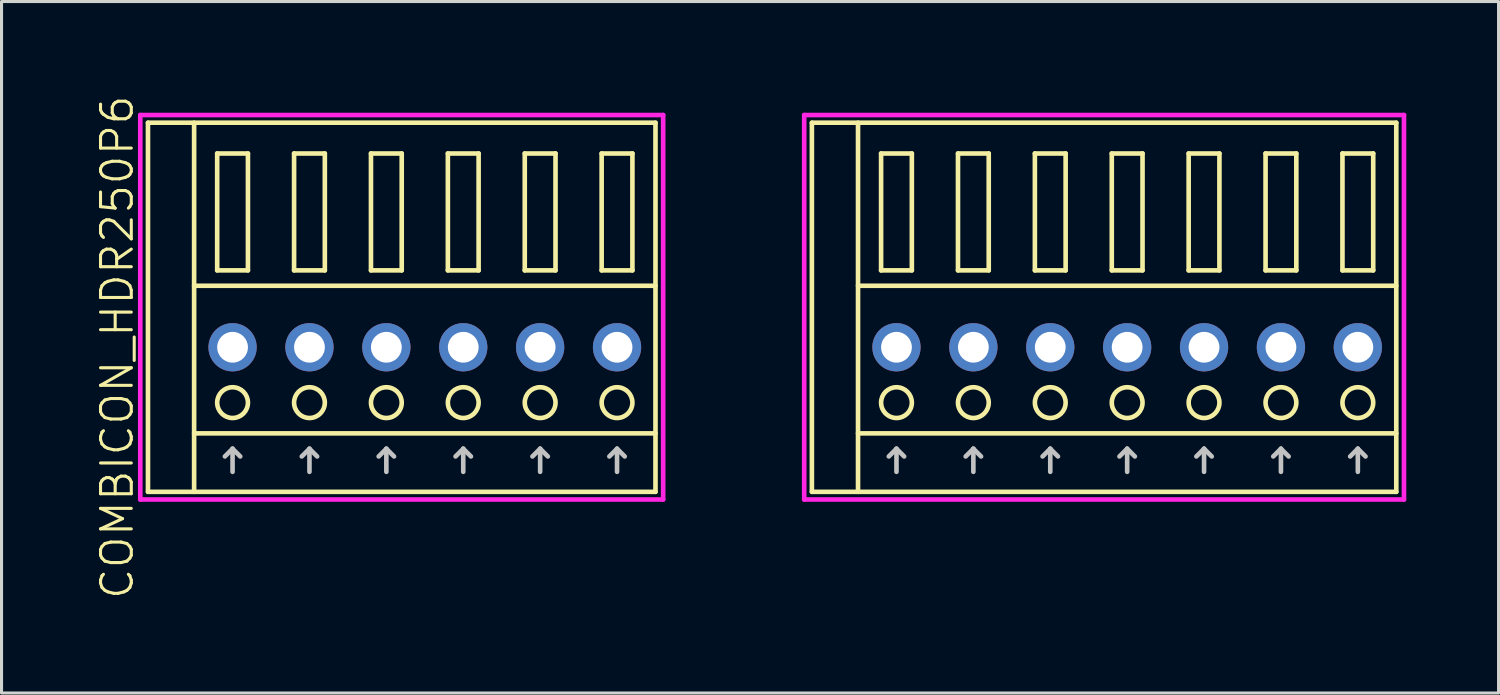
<source format=kicad_pcb>
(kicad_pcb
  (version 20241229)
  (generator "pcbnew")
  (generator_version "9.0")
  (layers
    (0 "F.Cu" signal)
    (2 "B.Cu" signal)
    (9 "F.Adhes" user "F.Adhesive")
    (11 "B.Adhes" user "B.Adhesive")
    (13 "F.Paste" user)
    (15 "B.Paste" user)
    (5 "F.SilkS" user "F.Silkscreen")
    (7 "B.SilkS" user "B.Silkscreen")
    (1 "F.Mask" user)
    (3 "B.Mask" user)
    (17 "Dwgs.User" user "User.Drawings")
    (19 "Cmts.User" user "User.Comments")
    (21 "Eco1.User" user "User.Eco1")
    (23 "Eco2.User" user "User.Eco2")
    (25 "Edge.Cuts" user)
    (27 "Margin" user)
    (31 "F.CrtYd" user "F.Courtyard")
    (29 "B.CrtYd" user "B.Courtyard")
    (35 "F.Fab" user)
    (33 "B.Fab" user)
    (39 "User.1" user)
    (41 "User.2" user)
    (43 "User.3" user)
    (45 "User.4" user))
  (footprint "COMBICON_HDR250P7"
    (layer "F.Cu")
    (at 33.596 8.24)
    (property "Reference" "COMBICON_HDR250P7" (at -11.25 0 90) (layer "User.1") (effects (font (size 1 1) (thickness 0.1))))
    (attr through_hole)
    (fp_line (start -10.25 -7.3) (end -10.25 4.7) (stroke (width 0.15) (type solid)) (layer "F.SilkS"))
    (fp_line (start -10.25 4.7) (end 8.75 4.7) (stroke (width 0.15) (type solid)) (layer "F.SilkS"))
    (fp_line (start -8.75 -2) (end 8.75 -2) (stroke (width 0.15) (type solid)) (layer "F.SilkS"))
    (fp_line (start -8.75 2.8) (end 8.75 2.8) (stroke (width 0.15) (type solid)) (layer "F.SilkS"))
    (fp_line (start -8.75 4.7) (end -8.75 -7.3) (stroke (width 0.15) (type solid)) (layer "F.SilkS"))
    (fp_line (start -8 -6.3) (end -8 -2.5) (stroke (width 0.15) (type solid)) (layer "F.SilkS"))
    (fp_line (start -8 -2.5) (end -7 -2.5) (stroke (width 0.15) (type solid)) (layer "F.SilkS"))
    (fp_line (start -7 -6.3) (end -8 -6.3) (stroke (width 0.15) (type solid)) (layer "F.SilkS"))
    (fp_line (start -7 -2.5) (end -7 -6.3) (stroke (width 0.15) (type solid)) (layer "F.SilkS"))
    (fp_line (start -5.5 -6.3) (end -5.5 -2.5) (stroke (width 0.15) (type solid)) (layer "F.SilkS"))
    (fp_line (start -5.5 -2.5) (end -4.5 -2.5) (stroke (width 0.15) (type solid)) (layer "F.SilkS"))
    (fp_line (start -4.5 -6.3) (end -5.5 -6.3) (stroke (width 0.15) (type solid)) (layer "F.SilkS"))
    (fp_line (start -4.5 -2.5) (end -4.5 -6.3) (stroke (width 0.15) (type solid)) (layer "F.SilkS"))
    (fp_line (start -3 -6.3) (end -3 -2.5) (stroke (width 0.15) (type solid)) (layer "F.SilkS"))
    (fp_line (start -3 -2.5) (end -2 -2.5) (stroke (width 0.15) (type solid)) (layer "F.SilkS"))
    (fp_line (start -2 -6.3) (end -3 -6.3) (stroke (width 0.15) (type solid)) (layer "F.SilkS"))
    (fp_line (start -2 -2.5) (end -2 -6.3) (stroke (width 0.15) (type solid)) (layer "F.SilkS"))
    (fp_line (start -0.5 -6.3) (end -0.5 -2.5) (stroke (width 0.15) (type solid)) (layer "F.SilkS"))
    (fp_line (start -0.5 -2.5) (end 0.5 -2.5) (stroke (width 0.15) (type solid)) (layer "F.SilkS"))
    (fp_line (start 0.5 -6.3) (end -0.5 -6.3) (stroke (width 0.15) (type solid)) (layer "F.SilkS"))
    (fp_line (start 0.5 -2.5) (end 0.5 -6.3) (stroke (width 0.15) (type solid)) (layer "F.SilkS"))
    (fp_line (start 2 -6.3) (end 2 -2.5) (stroke (width 0.15) (type solid)) (layer "F.SilkS"))
    (fp_line (start 2 -2.5) (end 3 -2.5) (stroke (width 0.15) (type solid)) (layer "F.SilkS"))
    (fp_line (start 3 -6.3) (end 2 -6.3) (stroke (width 0.15) (type solid)) (layer "F.SilkS"))
    (fp_line (start 3 -2.5) (end 3 -6.3) (stroke (width 0.15) (type solid)) (layer "F.SilkS"))
    (fp_line (start 4.5 -6.3) (end 4.5 -2.5) (stroke (width 0.15) (type solid)) (layer "F.SilkS"))
    (fp_line (start 4.5 -2.5) (end 5.5 -2.5) (stroke (width 0.15) (type solid)) (layer "F.SilkS"))
    (fp_line (start 5.5 -6.3) (end 4.5 -6.3) (stroke (width 0.15) (type solid)) (layer "F.SilkS"))
    (fp_line (start 5.5 -2.5) (end 5.5 -6.3) (stroke (width 0.15) (type solid)) (layer "F.SilkS"))
    (fp_line (start 7 -6.3) (end 7 -2.5) (stroke (width 0.15) (type solid)) (layer "F.SilkS"))
    (fp_line (start 7 -2.5) (end 8 -2.5) (stroke (width 0.15) (type solid)) (layer "F.SilkS"))
    (fp_line (start 8 -6.3) (end 7 -6.3) (stroke (width 0.15) (type solid)) (layer "F.SilkS"))
    (fp_line (start 8 -2.5) (end 8 -6.3) (stroke (width 0.15) (type solid)) (layer "F.SilkS"))
    (fp_line (start 8.75 -7.3) (end -10.25 -7.3) (stroke (width 0.15) (type solid)) (layer "F.SilkS"))
    (fp_line (start 8.75 4.7) (end 8.75 -7.3) (stroke (width 0.15) (type solid)) (layer "F.SilkS"))
    (fp_circle (center -7.5 1.8) (end -7 1.8) (stroke (width 0.15) (type solid)) (fill no) (layer "F.SilkS"))
    (fp_circle (center -5 1.8) (end -4.5 1.8) (stroke (width 0.15) (type solid)) (fill no) (layer "F.SilkS"))
    (fp_circle (center -2.5 1.8) (end -2 1.8) (stroke (width 0.15) (type solid)) (fill no) (layer "F.SilkS"))
    (fp_circle (center 0 1.8) (end 0.5 1.8) (stroke (width 0.15) (type solid)) (fill no) (layer "F.SilkS"))
    (fp_circle (center 2.5 1.8) (end 3 1.8) (stroke (width 0.15) (type solid)) (fill no) (layer "F.SilkS"))
    (fp_circle (center 5 1.8) (end 5.5 1.8) (stroke (width 0.15) (type solid)) (fill no) (layer "F.SilkS"))
    (fp_circle (center 7.5 1.8) (end 8 1.8) (stroke (width 0.15) (type solid)) (fill no) (layer "F.SilkS"))
    (fp_line (start -7.75 3.55) (end -7.5 3.3) (stroke (width 0.15) (type solid)) (layer "Dwgs.User"))
    (fp_line (start -7.5 4.05) (end -7.5 3.3) (stroke (width 0.15) (type solid)) (layer "Dwgs.User"))
    (fp_line (start -7.25 3.55) (end -7.5 3.3) (stroke (width 0.15) (type solid)) (layer "Dwgs.User"))
    (fp_line (start -5.25 3.55) (end -5 3.3) (stroke (width 0.15) (type solid)) (layer "Dwgs.User"))
    (fp_line (start -5 4.05) (end -5 3.3) (stroke (width 0.15) (type solid)) (layer "Dwgs.User"))
    (fp_line (start -4.75 3.55) (end -5 3.3) (stroke (width 0.15) (type solid)) (layer "Dwgs.User"))
    (fp_line (start -2.75 3.55) (end -2.5 3.3) (stroke (width 0.15) (type solid)) (layer "Dwgs.User"))
    (fp_line (start -2.5 4.05) (end -2.5 3.3) (stroke (width 0.15) (type solid)) (layer "Dwgs.User"))
    (fp_line (start -2.25 3.55) (end -2.5 3.3) (stroke (width 0.15) (type solid)) (layer "Dwgs.User"))
    (fp_line (start -0.25 3.55) (end 0 3.3) (stroke (width 0.15) (type solid)) (layer "Dwgs.User"))
    (fp_line (start 0 4.05) (end 0 3.3) (stroke (width 0.15) (type solid)) (layer "Dwgs.User"))
    (fp_line (start 0.25 3.55) (end 0 3.3) (stroke (width 0.15) (type solid)) (layer "Dwgs.User"))
    (fp_line (start 2.25 3.55) (end 2.5 3.3) (stroke (width 0.15) (type solid)) (layer "Dwgs.User"))
    (fp_line (start 2.5 4.05) (end 2.5 3.3) (stroke (width 0.15) (type solid)) (layer "Dwgs.User"))
    (fp_line (start 2.75 3.55) (end 2.5 3.3) (stroke (width 0.15) (type solid)) (layer "Dwgs.User"))
    (fp_line (start 4.75 3.55) (end 5 3.3) (stroke (width 0.15) (type solid)) (layer "Dwgs.User"))
    (fp_line (start 5 4.05) (end 5 3.3) (stroke (width 0.15) (type solid)) (layer "Dwgs.User"))
    (fp_line (start 5.25 3.55) (end 5 3.3) (stroke (width 0.15) (type solid)) (layer "Dwgs.User"))
    (fp_line (start 7.25 3.55) (end 7.5 3.3) (stroke (width 0.15) (type solid)) (layer "Dwgs.User"))
    (fp_line (start 7.5 4.05) (end 7.5 3.3) (stroke (width 0.15) (type solid)) (layer "Dwgs.User"))
    (fp_line (start 7.75 3.55) (end 7.5 3.3) (stroke (width 0.15) (type solid)) (layer "Dwgs.User"))
    (fp_line (start -10.5 -7.55) (end -10.5 4.95) (stroke (width 0.15) (type solid)) (layer "F.CrtYd"))
    (fp_line (start -10.5 4.95) (end 9 4.95) (stroke (width 0.15) (type solid)) (layer "F.CrtYd"))
    (fp_line (start 9 -7.55) (end -10.5 -7.55) (stroke (width 0.15) (type solid)) (layer "F.CrtYd"))
    (fp_line (start 9 4.95) (end 9 -7.55) (stroke (width 0.15) (type solid)) (layer "F.CrtYd"))
    (pad "1" thru_hole oval (at -7.5 0) (size 1.57 1.57) (drill 1) (layers "*.Cu" "*.Mask"))
    (pad "2" thru_hole oval (at -5 0) (size 1.57 1.57) (drill 1) (layers "*.Cu" "*.Mask"))
    (pad "3" thru_hole oval (at -2.5 0) (size 1.57 1.57) (drill 1) (layers "*.Cu" "*.Mask"))
    (pad "4" thru_hole oval (at 0 0) (size 1.57 1.57) (drill 1) (layers "*.Cu" "*.Mask"))
    (pad "5" thru_hole oval (at 2.5 0) (size 1.57 1.57) (drill 1) (layers "*.Cu" "*.Mask"))
    (pad "6" thru_hole oval (at 5 0) (size 1.57 1.57) (drill 1) (layers "*.Cu" "*.Mask"))
    (pad "7" thru_hole oval (at 7.5 0) (size 1.57 1.57) (drill 1) (layers "*.Cu" "*.Mask")))
  (footprint "COMBICON_HDR250P6"
    (layer "F.Cu")
    (at 10.761 8.24)
    (property "Reference" "COMBICON_HDR250P6" (at -10 0 90) (layer "F.SilkS") (effects (font (size 1 1) (thickness 0.1))))
    (attr through_hole)
    (fp_line (start -9 -7.3) (end -9 4.7) (stroke (width 0.15) (type solid)) (layer "F.SilkS"))
    (fp_line (start -9 4.7) (end 7.5 4.7) (stroke (width 0.15) (type solid)) (layer "F.SilkS"))
    (fp_line (start -7.5 -2) (end 7.5 -2) (stroke (width 0.15) (type solid)) (layer "F.SilkS"))
    (fp_line (start -7.5 2.8) (end 7.5 2.8) (stroke (width 0.15) (type solid)) (layer "F.SilkS"))
    (fp_line (start -7.5 4.7) (end -7.5 -7.3) (stroke (width 0.15) (type solid)) (layer "F.SilkS"))
    (fp_line (start -6.75 -6.3) (end -6.75 -2.5) (stroke (width 0.15) (type solid)) (layer "F.SilkS"))
    (fp_line (start -6.75 -2.5) (end -5.75 -2.5) (stroke (width 0.15) (type solid)) (layer "F.SilkS"))
    (fp_line (start -5.75 -6.3) (end -6.75 -6.3) (stroke (width 0.15) (type solid)) (layer "F.SilkS"))
    (fp_line (start -5.75 -2.5) (end -5.75 -6.3) (stroke (width 0.15) (type solid)) (layer "F.SilkS"))
    (fp_line (start -4.25 -6.3) (end -4.25 -2.5) (stroke (width 0.15) (type solid)) (layer "F.SilkS"))
    (fp_line (start -4.25 -2.5) (end -3.25 -2.5) (stroke (width 0.15) (type solid)) (layer "F.SilkS"))
    (fp_line (start -3.25 -6.3) (end -4.25 -6.3) (stroke (width 0.15) (type solid)) (layer "F.SilkS"))
    (fp_line (start -3.25 -2.5) (end -3.25 -6.3) (stroke (width 0.15) (type solid)) (layer "F.SilkS"))
    (fp_line (start -1.75 -6.3) (end -1.75 -2.5) (stroke (width 0.15) (type solid)) (layer "F.SilkS"))
    (fp_line (start -1.75 -2.5) (end -0.75 -2.5) (stroke (width 0.15) (type solid)) (layer "F.SilkS"))
    (fp_line (start -0.75 -6.3) (end -1.75 -6.3) (stroke (width 0.15) (type solid)) (layer "F.SilkS"))
    (fp_line (start -0.75 -2.5) (end -0.75 -6.3) (stroke (width 0.15) (type solid)) (layer "F.SilkS"))
    (fp_line (start 0.75 -6.3) (end 0.75 -2.5) (stroke (width 0.15) (type solid)) (layer "F.SilkS"))
    (fp_line (start 0.75 -2.5) (end 1.75 -2.5) (stroke (width 0.15) (type solid)) (layer "F.SilkS"))
    (fp_line (start 1.75 -6.3) (end 0.75 -6.3) (stroke (width 0.15) (type solid)) (layer "F.SilkS"))
    (fp_line (start 1.75 -2.5) (end 1.75 -6.3) (stroke (width 0.15) (type solid)) (layer "F.SilkS"))
    (fp_line (start 3.25 -6.3) (end 3.25 -2.5) (stroke (width 0.15) (type solid)) (layer "F.SilkS"))
    (fp_line (start 3.25 -2.5) (end 4.25 -2.5) (stroke (width 0.15) (type solid)) (layer "F.SilkS"))
    (fp_line (start 4.25 -6.3) (end 3.25 -6.3) (stroke (width 0.15) (type solid)) (layer "F.SilkS"))
    (fp_line (start 4.25 -2.5) (end 4.25 -6.3) (stroke (width 0.15) (type solid)) (layer "F.SilkS"))
    (fp_line (start 5.75 -6.3) (end 5.75 -2.5) (stroke (width 0.15) (type solid)) (layer "F.SilkS"))
    (fp_line (start 5.75 -2.5) (end 6.75 -2.5) (stroke (width 0.15) (type solid)) (layer "F.SilkS"))
    (fp_line (start 6.75 -6.3) (end 5.75 -6.3) (stroke (width 0.15) (type solid)) (layer "F.SilkS"))
    (fp_line (start 6.75 -2.5) (end 6.75 -6.3) (stroke (width 0.15) (type solid)) (layer "F.SilkS"))
    (fp_line (start 7.5 -7.3) (end -9 -7.3) (stroke (width 0.15) (type solid)) (layer "F.SilkS"))
    (fp_line (start 7.5 4.7) (end 7.5 -7.3) (stroke (width 0.15) (type solid)) (layer "F.SilkS"))
    (fp_circle (center -6.25 1.8) (end -5.75 1.8) (stroke (width 0.15) (type solid)) (fill no) (layer "F.SilkS"))
    (fp_circle (center -3.75 1.8) (end -3.25 1.8) (stroke (width 0.15) (type solid)) (fill no) (layer "F.SilkS"))
    (fp_circle (center -1.25 1.8) (end -0.75 1.8) (stroke (width 0.15) (type solid)) (fill no) (layer "F.SilkS"))
    (fp_circle (center 1.25 1.8) (end 1.75 1.8) (stroke (width 0.15) (type solid)) (fill no) (layer "F.SilkS"))
    (fp_circle (center 3.75 1.8) (end 4.25 1.8) (stroke (width 0.15) (type solid)) (fill no) (layer "F.SilkS"))
    (fp_circle (center 6.25 1.8) (end 6.75 1.8) (stroke (width 0.15) (type solid)) (fill no) (layer "F.SilkS"))
    (fp_line (start -6.5 3.55) (end -6.25 3.3) (stroke (width 0.15) (type solid)) (layer "Dwgs.User"))
    (fp_line (start -6.25 4.05) (end -6.25 3.3) (stroke (width 0.15) (type solid)) (layer "Dwgs.User"))
    (fp_line (start -6 3.55) (end -6.25 3.3) (stroke (width 0.15) (type solid)) (layer "Dwgs.User"))
    (fp_line (start -4 3.55) (end -3.75 3.3) (stroke (width 0.15) (type solid)) (layer "Dwgs.User"))
    (fp_line (start -3.75 4.05) (end -3.75 3.3) (stroke (width 0.15) (type solid)) (layer "Dwgs.User"))
    (fp_line (start -3.5 3.55) (end -3.75 3.3) (stroke (width 0.15) (type solid)) (layer "Dwgs.User"))
    (fp_line (start -1.5 3.55) (end -1.25 3.3) (stroke (width 0.15) (type solid)) (layer "Dwgs.User"))
    (fp_line (start -1.25 4.05) (end -1.25 3.3) (stroke (width 0.15) (type solid)) (layer "Dwgs.User"))
    (fp_line (start -1 3.55) (end -1.25 3.3) (stroke (width 0.15) (type solid)) (layer "Dwgs.User"))
    (fp_line (start 1 3.55) (end 1.25 3.3) (stroke (width 0.15) (type solid)) (layer "Dwgs.User"))
    (fp_line (start 1.25 4.05) (end 1.25 3.3) (stroke (width 0.15) (type solid)) (layer "Dwgs.User"))
    (fp_line (start 1.5 3.55) (end 1.25 3.3) (stroke (width 0.15) (type solid)) (layer "Dwgs.User"))
    (fp_line (start 3.5 3.55) (end 3.75 3.3) (stroke (width 0.15) (type solid)) (layer "Dwgs.User"))
    (fp_line (start 3.75 4.05) (end 3.75 3.3) (stroke (width 0.15) (type solid)) (layer "Dwgs.User"))
    (fp_line (start 4 3.55) (end 3.75 3.3) (stroke (width 0.15) (type solid)) (layer "Dwgs.User"))
    (fp_line (start 6 3.55) (end 6.25 3.3) (stroke (width 0.15) (type solid)) (layer "Dwgs.User"))
    (fp_line (start 6.25 4.05) (end 6.25 3.3) (stroke (width 0.15) (type solid)) (layer "Dwgs.User"))
    (fp_line (start 6.5 3.55) (end 6.25 3.3) (stroke (width 0.15) (type solid)) (layer "Dwgs.User"))
    (fp_line (start -9.25 -7.55) (end -9.25 4.95) (stroke (width 0.15) (type solid)) (layer "F.CrtYd"))
    (fp_line (start -9.25 4.95) (end 7.75 4.95) (stroke (width 0.15) (type solid)) (layer "F.CrtYd"))
    (fp_line (start 7.75 -7.55) (end -9.25 -7.55) (stroke (width 0.15) (type solid)) (layer "F.CrtYd"))
    (fp_line (start 7.75 4.95) (end 7.75 -7.55) (stroke (width 0.15) (type solid)) (layer "F.CrtYd"))
    (pad "1" thru_hole oval (at -6.25 0) (size 1.57 1.57) (drill 1) (layers "*.Cu" "*.Mask"))
    (pad "2" thru_hole oval (at -3.75 0) (size 1.57 1.57) (drill 1) (layers "*.Cu" "*.Mask"))
    (pad "3" thru_hole oval (at -1.25 0) (size 1.57 1.57) (drill 1) (layers "*.Cu" "*.Mask"))
    (pad "4" thru_hole oval (at 1.25 0) (size 1.57 1.57) (drill 1) (layers "*.Cu" "*.Mask"))
    (pad "5" thru_hole oval (at 3.75 0) (size 1.57 1.57) (drill 1) (layers "*.Cu" "*.Mask"))
    (pad "6" thru_hole oval (at 6.25 0) (size 1.57 1.57) (drill 1) (layers "*.Cu" "*.Mask")))
  (gr_rect
    (start -3 -3)
    (end 45.671 19.481)
    (stroke (width 0.1) (type default))
    (fill no)
    (layer "Edge.Cuts")))
</source>
